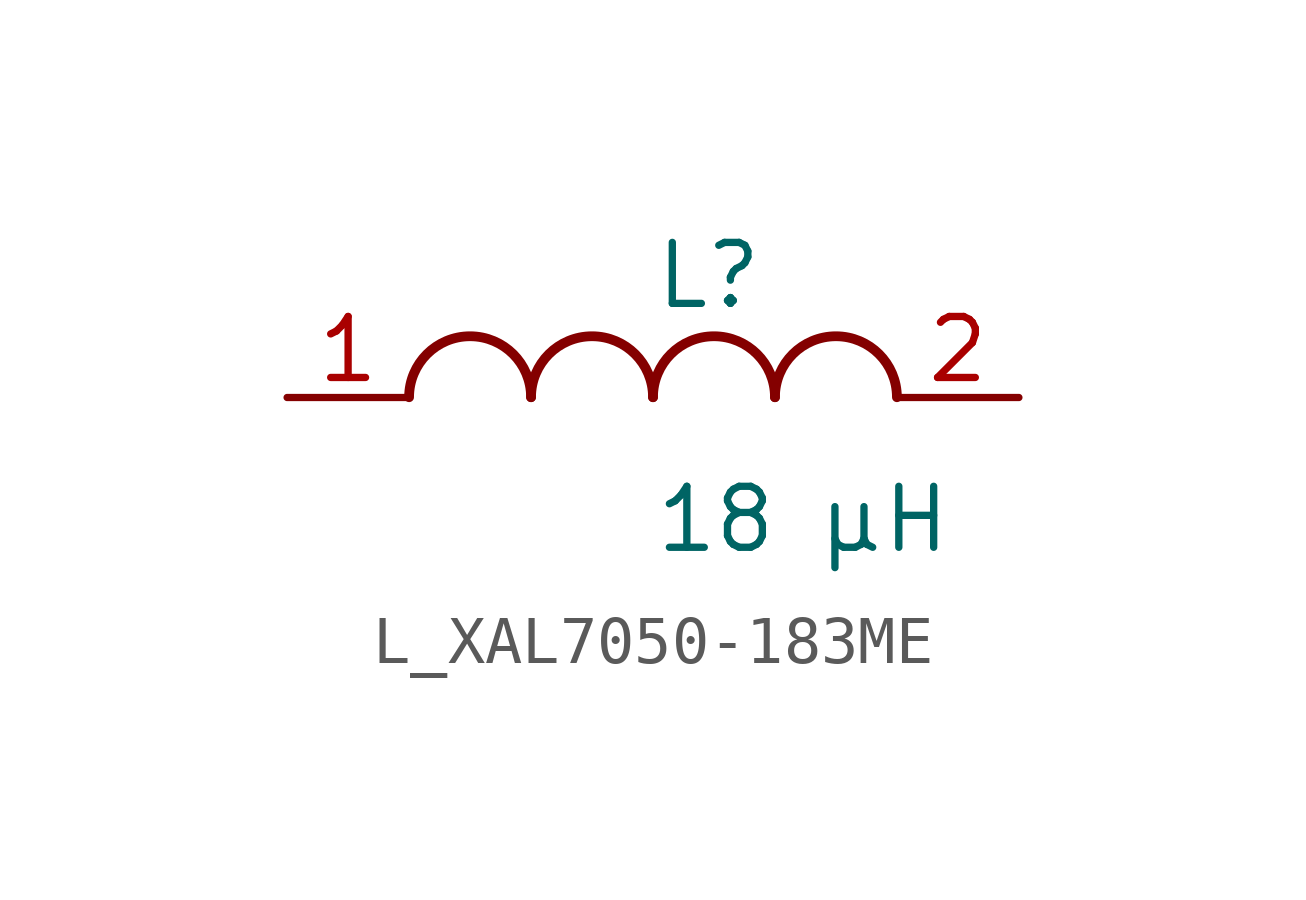
<source format=kicad_sym>
(kicad_symbol_lib
  (version 20231120)
  (generator kicad_symbol_editor)
  (generator_version 8.0)
  (symbol "L_XAL7050-183ME"
    (pin_names
      (offset 0.254))
    (property "Reference" "L"
      (at 0 2.54 0)
      (effects (font (size 1.27 1.27)) (justify left)))
    (property "Value" "18 µH"
      (at 0 -2.54 0)
      (effects (font (size 1.27 1.27)) (justify left)))
    (symbol "L_XAL7050-183ME_1_1"
      (arc (start -2.54 0.0056) (mid -3.81 1.27) (end -5.08 0.0056) (stroke (width 0.2032) (type default)) (fill (type none)))
      (arc (start 0 0.0056) (mid -1.27 1.27) (end -2.54 0.0056) (stroke (width 0.2032) (type default)) (fill (type none)))
      (arc (start 2.54 0.0056) (mid 1.27 1.27) (end 0 0.0056) (stroke (width 0.2032) (type default)) (fill (type none)))
      (arc (start 5.08 0.0056) (mid 3.81 1.27) (end 2.54 0.0056) (stroke (width 0.2032) (type default)) (fill (type none)))
      (pin unspecified line (at -7.62 0 0) (length 2.54) (name "" (effects (font (size 1.27 1.27)))) (number "1" (effects (font (size 1.27 1.27)))))
      (pin unspecified line (at 7.62 0 180) (length 2.54) (name "" (effects (font (size 1.27 1.27)))) (number "2" (effects (font (size 1.27 1.27))))))))
</source>
